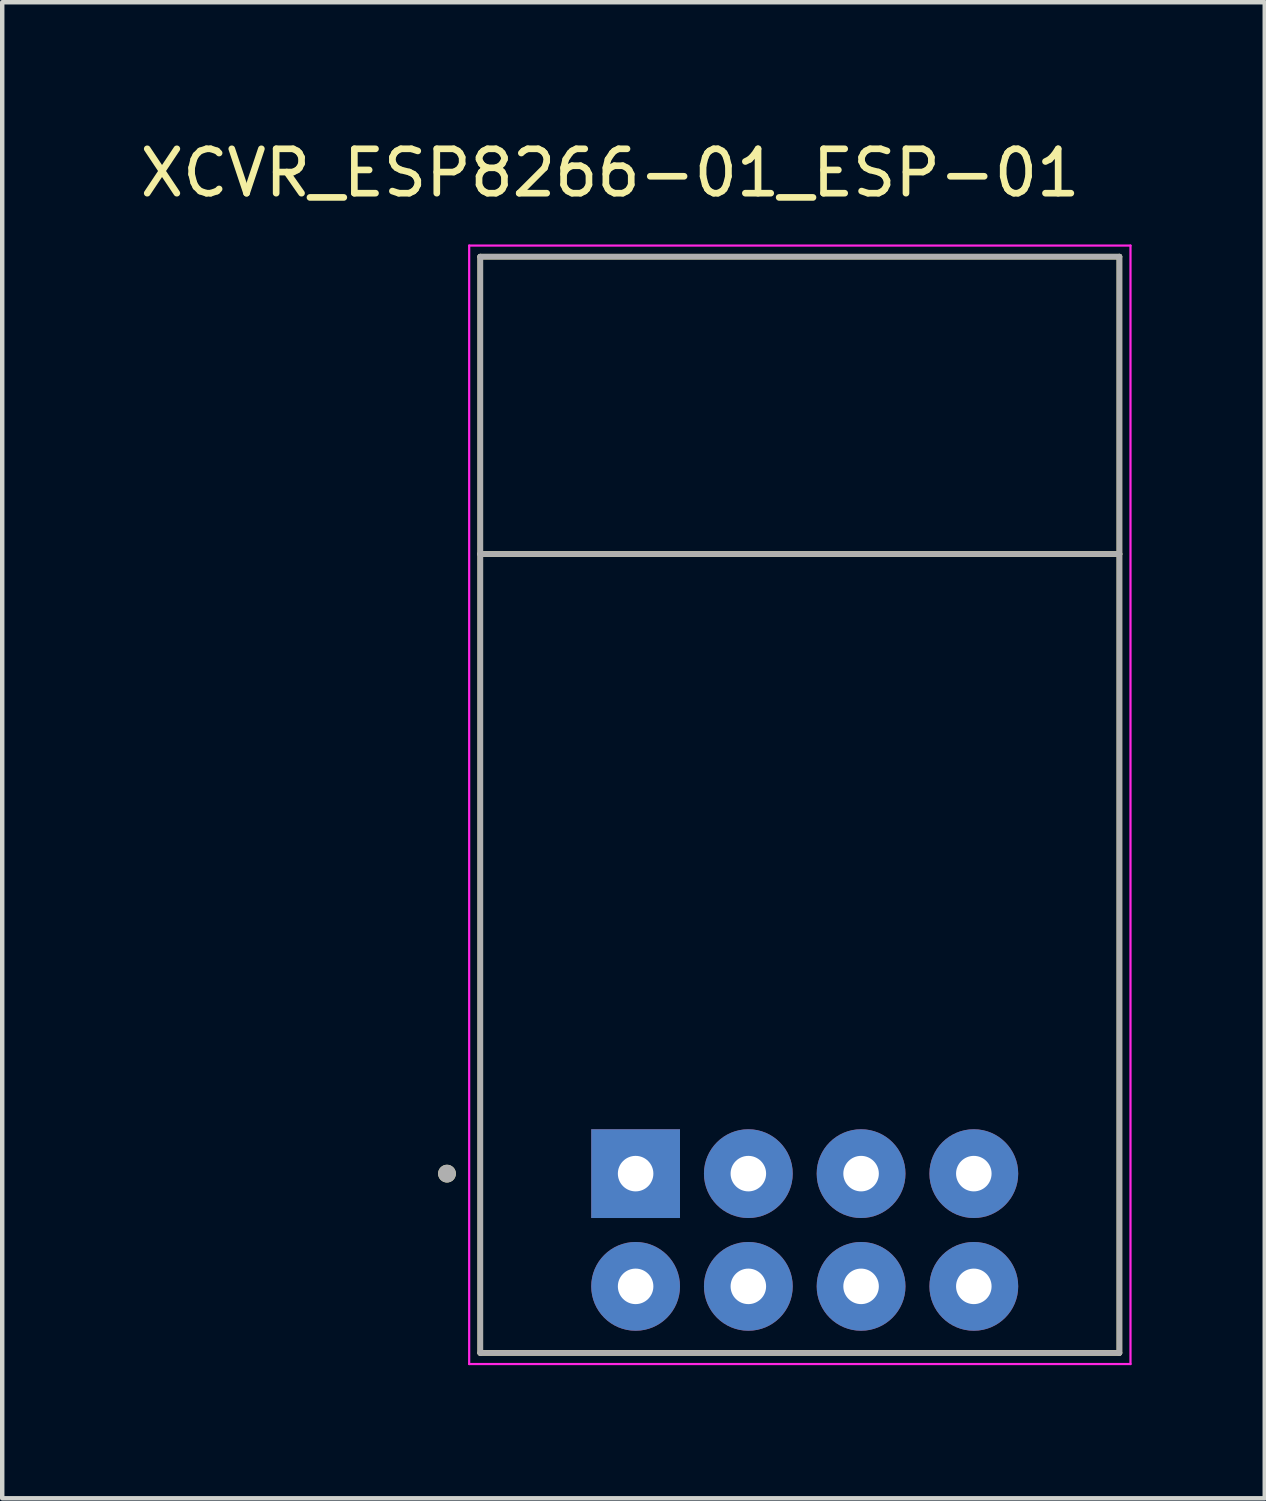
<source format=kicad_pcb>
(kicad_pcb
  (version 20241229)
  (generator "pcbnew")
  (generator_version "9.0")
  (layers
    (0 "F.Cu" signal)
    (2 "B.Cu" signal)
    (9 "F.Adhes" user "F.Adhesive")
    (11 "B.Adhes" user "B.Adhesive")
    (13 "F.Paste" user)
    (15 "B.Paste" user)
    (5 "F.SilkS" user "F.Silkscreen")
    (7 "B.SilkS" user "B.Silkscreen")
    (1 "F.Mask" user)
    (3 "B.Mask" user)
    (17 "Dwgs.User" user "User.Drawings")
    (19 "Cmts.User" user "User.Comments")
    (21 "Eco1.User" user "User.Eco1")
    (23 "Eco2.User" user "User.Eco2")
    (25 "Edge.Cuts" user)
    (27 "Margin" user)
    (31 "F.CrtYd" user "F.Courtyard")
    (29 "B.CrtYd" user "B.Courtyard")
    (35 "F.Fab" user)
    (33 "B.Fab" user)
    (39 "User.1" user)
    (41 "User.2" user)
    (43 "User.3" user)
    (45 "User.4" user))
  (footprint "XCVR_ESP8266-01_ESP-01"
    (layer "F.Cu")
    (at 15.081 15.083)
    (property "Reference" "XCVR_ESP8266-01_ESP-01" (at -4.385 -14.235 0) (layer "F.SilkS") (effects (font (size 1 1) (thickness 0.15))))
    (attr through_hole)
    (fp_line (start -7.31 -12.35) (end 7.09 -12.35) (stroke (width 0.127) (type solid)) (layer "F.SilkS"))
    (fp_line (start -7.31 -5.65) (end -7.31 -12.35) (stroke (width 0.127) (type solid)) (layer "F.SilkS"))
    (fp_line (start -7.31 12.35) (end -7.31 -5.65) (stroke (width 0.127) (type solid)) (layer "F.SilkS"))
    (fp_line (start 7.09 -12.35) (end 7.09 -5.65) (stroke (width 0.127) (type solid)) (layer "F.SilkS"))
    (fp_line (start 7.09 -5.65) (end -7.31 -5.65) (stroke (width 0.127) (type solid)) (layer "F.SilkS"))
    (fp_line (start 7.09 -5.65) (end 7.09 12.35) (stroke (width 0.127) (type solid)) (layer "F.SilkS"))
    (fp_line (start 7.09 12.35) (end -7.31 12.35) (stroke (width 0.127) (type solid)) (layer "F.SilkS"))
    (fp_circle (center -8.06 8.31) (end -7.96 8.31) (stroke (width 0.2) (type solid)) (fill no) (layer "F.SilkS"))
    (fp_line (start -7.56 -12.6) (end -7.56 12.6) (stroke (width 0.05) (type solid)) (layer "F.CrtYd"))
    (fp_line (start -7.56 12.6) (end 7.34 12.6) (stroke (width 0.05) (type solid)) (layer "F.CrtYd"))
    (fp_line (start 7.34 -12.6) (end -7.56 -12.6) (stroke (width 0.05) (type solid)) (layer "F.CrtYd"))
    (fp_line (start 7.34 12.6) (end 7.34 -12.6) (stroke (width 0.05) (type solid)) (layer "F.CrtYd"))
    (fp_line (start -7.31 -12.35) (end 7.09 -12.35) (stroke (width 0.127) (type solid)) (layer "F.Fab"))
    (fp_line (start -7.31 -5.65) (end -7.31 -12.35) (stroke (width 0.127) (type solid)) (layer "F.Fab"))
    (fp_line (start -7.31 12.35) (end -7.31 -5.65) (stroke (width 0.127) (type solid)) (layer "F.Fab"))
    (fp_line (start 7.09 -12.35) (end 7.09 -5.65) (stroke (width 0.127) (type solid)) (layer "F.Fab"))
    (fp_line (start 7.09 -5.65) (end -7.31 -5.65) (stroke (width 0.127) (type solid)) (layer "F.Fab"))
    (fp_line (start 7.09 -5.65) (end 7.09 12.35) (stroke (width 0.127) (type solid)) (layer "F.Fab"))
    (fp_line (start 7.09 12.35) (end -7.31 12.35) (stroke (width 0.127) (type solid)) (layer "F.Fab"))
    (fp_circle (center -8.06 8.31) (end -7.96 8.31) (stroke (width 0.2) (type solid)) (fill no) (layer "F.Fab"))
    (pad "1" thru_hole rect (at -3.81 8.31) (size 2 2) (drill 0.8) (layers "*.Cu" "*.Mask"))
    (pad "2" thru_hole circle (at -1.27 8.31) (size 2 2) (drill 0.8) (layers "*.Cu" "*.Mask"))
    (pad "3" thru_hole circle (at 1.27 8.31) (size 2 2) (drill 0.8) (layers "*.Cu" "*.Mask"))
    (pad "4" thru_hole circle (at 3.81 8.31) (size 2 2) (drill 0.8) (layers "*.Cu" "*.Mask"))
    (pad "5" thru_hole circle (at -3.81 10.85) (size 2 2) (drill 0.8) (layers "*.Cu" "*.Mask"))
    (pad "6" thru_hole circle (at -1.27 10.85) (size 2 2) (drill 0.8) (layers "*.Cu" "*.Mask"))
    (pad "7" thru_hole circle (at 1.27 10.85) (size 2 2) (drill 0.8) (layers "*.Cu" "*.Mask"))
    (pad "8" thru_hole circle (at 3.81 10.85) (size 2 2) (drill 0.8) (layers "*.Cu" "*.Mask"))
    (zone (net_name "") (layer "F.Cu") (hatch full 0.508) (connect_pads) (min_thickness 0.01) (filled_areas_thickness no) (keepout (tracks not_allowed) (vias not_allowed) (pads not_allowed) (copperpour not_allowed) (footprints allowed)) (placement (enabled no)) (fill) (polygon (pts (xy 7.771 2.733) (xy 22.171 2.733) (xy 22.171 9.433) (xy 7.771 9.433))))
    (zone (net_name "") (layers "F.Cu" "B.Cu") (hatch full 0.508) (connect_pads) (min_thickness 0.01) (filled_areas_thickness no) (keepout (tracks allowed) (vias not_allowed) (pads allowed) (copperpour allowed) (footprints allowed)) (placement (enabled no)) (fill) (polygon (pts (xy 7.771 2.733) (xy 22.171 2.733) (xy 22.171 9.433) (xy 7.771 9.433)))))
  (gr_rect
    (start -3 -3)
    (end 25.446 30.708)
    (stroke (width 0.1) (type default))
    (fill no)
    (layer "Edge.Cuts")))
</source>
